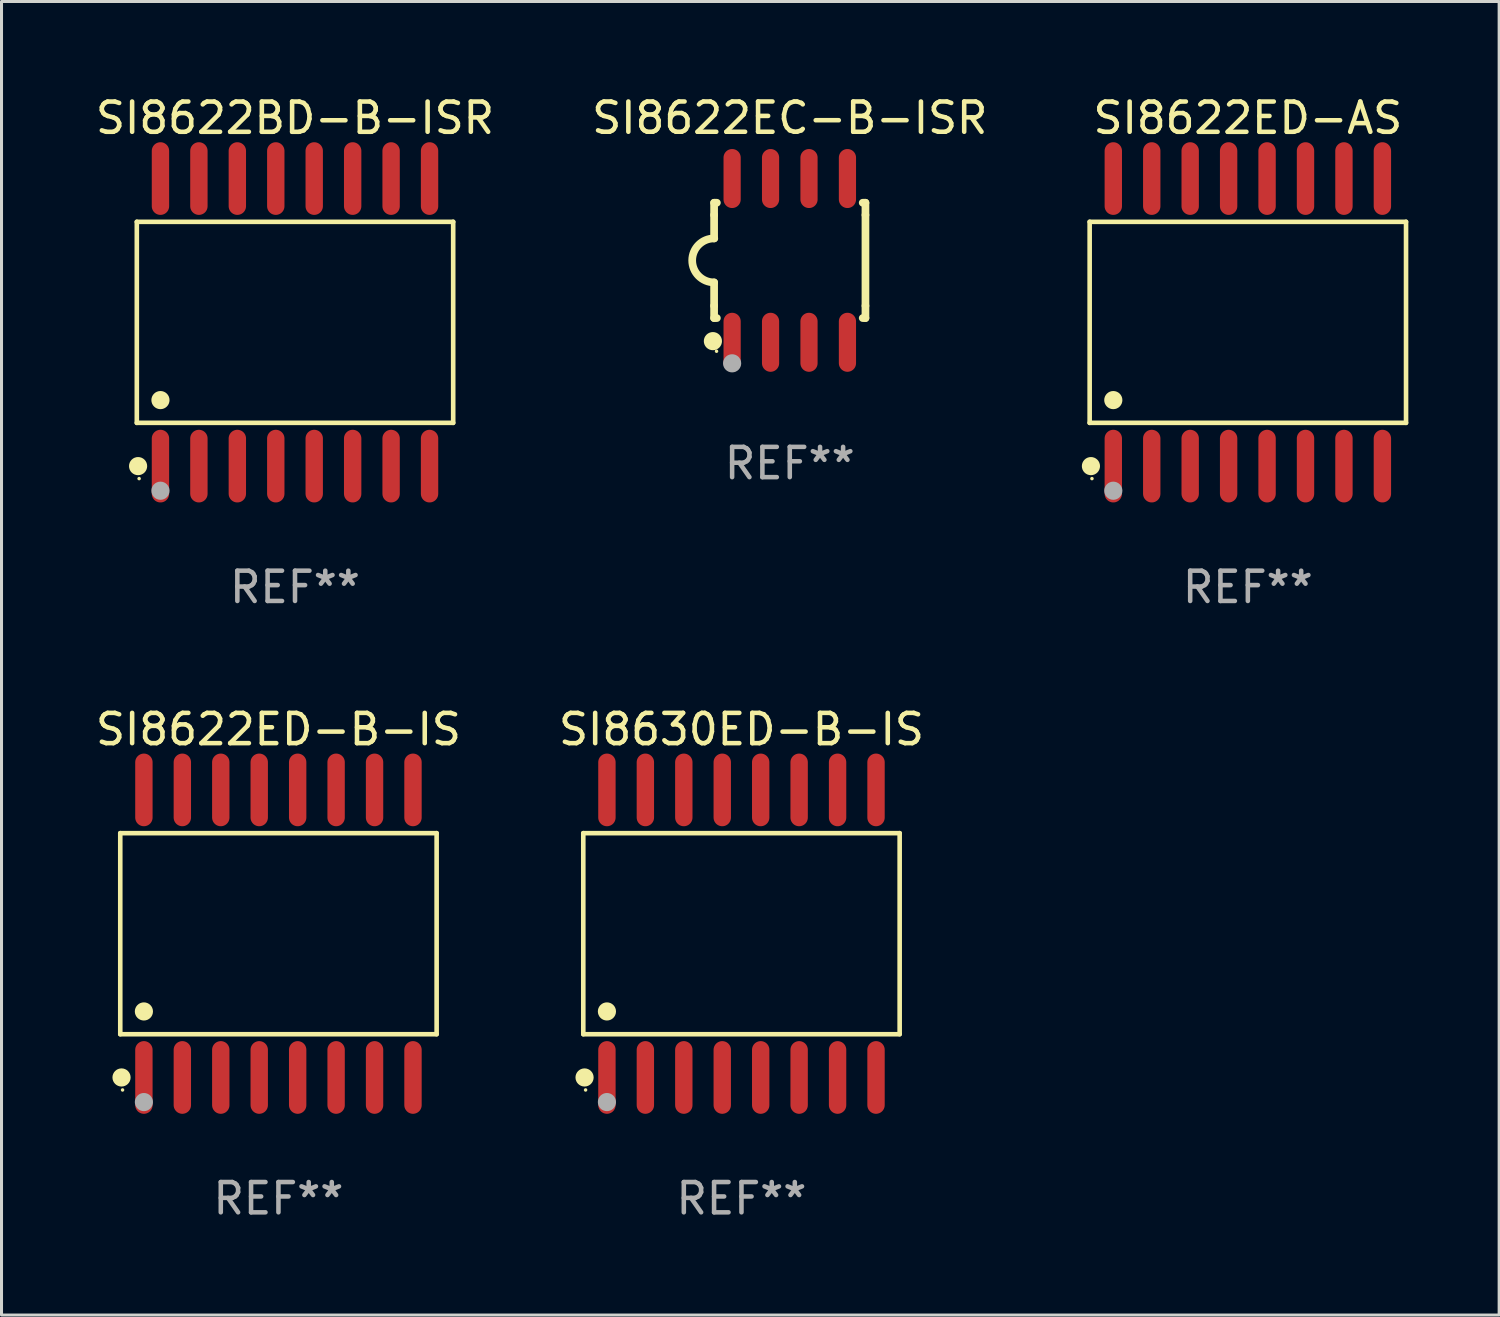
<source format=kicad_pcb>
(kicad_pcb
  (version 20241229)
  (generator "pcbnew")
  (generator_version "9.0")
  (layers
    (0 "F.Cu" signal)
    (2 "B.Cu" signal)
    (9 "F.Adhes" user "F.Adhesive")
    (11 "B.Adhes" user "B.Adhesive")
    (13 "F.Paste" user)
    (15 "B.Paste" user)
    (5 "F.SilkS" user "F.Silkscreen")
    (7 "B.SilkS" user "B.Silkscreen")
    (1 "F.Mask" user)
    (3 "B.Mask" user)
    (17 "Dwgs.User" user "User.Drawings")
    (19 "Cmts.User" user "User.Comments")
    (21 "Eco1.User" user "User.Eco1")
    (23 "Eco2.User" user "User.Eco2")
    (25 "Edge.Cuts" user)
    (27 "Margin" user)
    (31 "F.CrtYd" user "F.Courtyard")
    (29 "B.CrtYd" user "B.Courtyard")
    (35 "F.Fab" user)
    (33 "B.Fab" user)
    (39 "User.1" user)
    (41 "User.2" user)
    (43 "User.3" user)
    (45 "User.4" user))
  (footprint "SI8630ED-B-IS"
    (layer "F.Cu")
    (at 21.446 27.796)
    (property "Reference" "SI8630ED-B-IS" (at 0 -6.75 0) (layer "F.SilkS") (effects (font (size 1 1) (thickness 0.15))))
    (attr through_hole)
    (fp_line (start -5.226 -3.321) (end 5.226 -3.321) (stroke (width 0.152) (type solid)) (layer "F.SilkS"))
    (fp_line (start -5.226 3.321) (end -5.226 -3.321) (stroke (width 0.152) (type solid)) (layer "F.SilkS"))
    (fp_line (start 5.226 -3.321) (end 5.226 3.321) (stroke (width 0.152) (type solid)) (layer "F.SilkS"))
    (fp_line (start 5.226 3.321) (end -5.226 3.321) (stroke (width 0.152) (type solid)) (layer "F.SilkS"))
    (fp_circle (center -5.184 4.75) (end -5.034 4.75) (stroke (width 0.3) (type solid)) (fill no) (layer "F.SilkS"))
    (fp_circle (center -5.15 5.163) (end -5.12 5.163) (stroke (width 0.06) (type solid)) (fill no) (layer "F.SilkS"))
    (fp_circle (center -4.445 2.569) (end -4.295 2.569) (stroke (width 0.3) (type solid)) (fill no) (layer "F.SilkS"))
    (fp_circle (center -4.445 5.563) (end -4.295 5.563) (stroke (width 0.3) (type solid)) (fill no) (layer "F.Fab"))
    (fp_text user "REF**" (at 0 8.75 0) (layer "F.Fab") (effects (font (size 1 1) (thickness 0.15))))
    (pad "1" smd oval (at -4.445 4.75) (size 0.574 2.401) (layers "F.Cu" "F.Mask" "F.Paste"))
    (pad "2" smd oval (at -3.175 4.75) (size 0.574 2.401) (layers "F.Cu" "F.Mask" "F.Paste"))
    (pad "3" smd oval (at -1.905 4.75) (size 0.574 2.401) (layers "F.Cu" "F.Mask" "F.Paste"))
    (pad "4" smd oval (at -0.635 4.75) (size 0.574 2.401) (layers "F.Cu" "F.Mask" "F.Paste"))
    (pad "5" smd oval (at 0.635 4.75) (size 0.574 2.401) (layers "F.Cu" "F.Mask" "F.Paste"))
    (pad "6" smd oval (at 1.905 4.75) (size 0.574 2.401) (layers "F.Cu" "F.Mask" "F.Paste"))
    (pad "7" smd oval (at 3.175 4.75) (size 0.574 2.401) (layers "F.Cu" "F.Mask" "F.Paste"))
    (pad "8" smd oval (at 4.445 4.75) (size 0.574 2.401) (layers "F.Cu" "F.Mask" "F.Paste"))
    (pad "9" smd oval (at 4.445 -4.75) (size 0.574 2.401) (layers "F.Cu" "F.Mask" "F.Paste"))
    (pad "10" smd oval (at 3.175 -4.75) (size 0.574 2.401) (layers "F.Cu" "F.Mask" "F.Paste"))
    (pad "11" smd oval (at 1.905 -4.75) (size 0.574 2.401) (layers "F.Cu" "F.Mask" "F.Paste"))
    (pad "12" smd oval (at 0.635 -4.75) (size 0.574 2.401) (layers "F.Cu" "F.Mask" "F.Paste"))
    (pad "13" smd oval (at -0.635 -4.75) (size 0.574 2.401) (layers "F.Cu" "F.Mask" "F.Paste"))
    (pad "14" smd oval (at -1.905 -4.75) (size 0.574 2.401) (layers "F.Cu" "F.Mask" "F.Paste"))
    (pad "15" smd oval (at -3.175 -4.75) (size 0.574 2.401) (layers "F.Cu" "F.Mask" "F.Paste"))
    (pad "16" smd oval (at -4.445 -4.75) (size 0.574 2.401) (layers "F.Cu" "F.Mask" "F.Paste")))
  (footprint "SI8622BD-B-ISR"
    (layer "F.Cu")
    (at 6.696 7.599)
    (property "Reference" "SI8622BD-B-ISR" (at 0 -6.75 0) (layer "F.SilkS") (effects (font (size 1 1) (thickness 0.15))))
    (attr through_hole)
    (fp_line (start -5.226 -3.321) (end 5.226 -3.321) (stroke (width 0.152) (type solid)) (layer "F.SilkS"))
    (fp_line (start -5.226 3.321) (end -5.226 -3.321) (stroke (width 0.152) (type solid)) (layer "F.SilkS"))
    (fp_line (start 5.226 -3.321) (end 5.226 3.321) (stroke (width 0.152) (type solid)) (layer "F.SilkS"))
    (fp_line (start 5.226 3.321) (end -5.226 3.321) (stroke (width 0.152) (type solid)) (layer "F.SilkS"))
    (fp_circle (center -5.184 4.75) (end -5.034 4.75) (stroke (width 0.3) (type solid)) (fill no) (layer "F.SilkS"))
    (fp_circle (center -5.15 5.163) (end -5.12 5.163) (stroke (width 0.06) (type solid)) (fill no) (layer "F.SilkS"))
    (fp_circle (center -4.445 2.569) (end -4.295 2.569) (stroke (width 0.3) (type solid)) (fill no) (layer "F.SilkS"))
    (fp_circle (center -4.445 5.563) (end -4.295 5.563) (stroke (width 0.3) (type solid)) (fill no) (layer "F.Fab"))
    (fp_text user "REF**" (at 0 8.75 0) (layer "F.Fab") (effects (font (size 1 1) (thickness 0.15))))
    (pad "1" smd oval (at -4.445 4.75) (size 0.574 2.401) (layers "F.Cu" "F.Mask" "F.Paste"))
    (pad "2" smd oval (at -3.175 4.75) (size 0.574 2.401) (layers "F.Cu" "F.Mask" "F.Paste"))
    (pad "3" smd oval (at -1.905 4.75) (size 0.574 2.401) (layers "F.Cu" "F.Mask" "F.Paste"))
    (pad "4" smd oval (at -0.635 4.75) (size 0.574 2.401) (layers "F.Cu" "F.Mask" "F.Paste"))
    (pad "5" smd oval (at 0.635 4.75) (size 0.574 2.401) (layers "F.Cu" "F.Mask" "F.Paste"))
    (pad "6" smd oval (at 1.905 4.75) (size 0.574 2.401) (layers "F.Cu" "F.Mask" "F.Paste"))
    (pad "7" smd oval (at 3.175 4.75) (size 0.574 2.401) (layers "F.Cu" "F.Mask" "F.Paste"))
    (pad "8" smd oval (at 4.445 4.75) (size 0.574 2.401) (layers "F.Cu" "F.Mask" "F.Paste"))
    (pad "9" smd oval (at 4.445 -4.75) (size 0.574 2.401) (layers "F.Cu" "F.Mask" "F.Paste"))
    (pad "10" smd oval (at 3.175 -4.75) (size 0.574 2.401) (layers "F.Cu" "F.Mask" "F.Paste"))
    (pad "11" smd oval (at 1.905 -4.75) (size 0.574 2.401) (layers "F.Cu" "F.Mask" "F.Paste"))
    (pad "12" smd oval (at 0.635 -4.75) (size 0.574 2.401) (layers "F.Cu" "F.Mask" "F.Paste"))
    (pad "13" smd oval (at -0.635 -4.75) (size 0.574 2.401) (layers "F.Cu" "F.Mask" "F.Paste"))
    (pad "14" smd oval (at -1.905 -4.75) (size 0.574 2.401) (layers "F.Cu" "F.Mask" "F.Paste"))
    (pad "15" smd oval (at -3.175 -4.75) (size 0.574 2.401) (layers "F.Cu" "F.Mask" "F.Paste"))
    (pad "16" smd oval (at -4.445 -4.75) (size 0.574 2.401) (layers "F.Cu" "F.Mask" "F.Paste")))
  (footprint "SI8622ED-AS"
    (layer "F.Cu")
    (at 38.175 7.599)
    (property "Reference" "SI8622ED-AS" (at 0 -6.75 0) (layer "F.SilkS") (effects (font (size 1 1) (thickness 0.15))))
    (attr through_hole)
    (fp_line (start -5.226 -3.321) (end 5.226 -3.321) (stroke (width 0.152) (type solid)) (layer "F.SilkS"))
    (fp_line (start -5.226 3.321) (end -5.226 -3.321) (stroke (width 0.152) (type solid)) (layer "F.SilkS"))
    (fp_line (start 5.226 -3.321) (end 5.226 3.321) (stroke (width 0.152) (type solid)) (layer "F.SilkS"))
    (fp_line (start 5.226 3.321) (end -5.226 3.321) (stroke (width 0.152) (type solid)) (layer "F.SilkS"))
    (fp_circle (center -5.184 4.75) (end -5.034 4.75) (stroke (width 0.3) (type solid)) (fill no) (layer "F.SilkS"))
    (fp_circle (center -5.15 5.163) (end -5.12 5.163) (stroke (width 0.06) (type solid)) (fill no) (layer "F.SilkS"))
    (fp_circle (center -4.445 2.569) (end -4.295 2.569) (stroke (width 0.3) (type solid)) (fill no) (layer "F.SilkS"))
    (fp_circle (center -4.445 5.563) (end -4.295 5.563) (stroke (width 0.3) (type solid)) (fill no) (layer "F.Fab"))
    (fp_text user "REF**" (at 0 8.75 0) (layer "F.Fab") (effects (font (size 1 1) (thickness 0.15))))
    (pad "1" smd oval (at -4.445 4.75) (size 0.574 2.401) (layers "F.Cu" "F.Mask" "F.Paste"))
    (pad "2" smd oval (at -3.175 4.75) (size 0.574 2.401) (layers "F.Cu" "F.Mask" "F.Paste"))
    (pad "3" smd oval (at -1.905 4.75) (size 0.574 2.401) (layers "F.Cu" "F.Mask" "F.Paste"))
    (pad "4" smd oval (at -0.635 4.75) (size 0.574 2.401) (layers "F.Cu" "F.Mask" "F.Paste"))
    (pad "5" smd oval (at 0.635 4.75) (size 0.574 2.401) (layers "F.Cu" "F.Mask" "F.Paste"))
    (pad "6" smd oval (at 1.905 4.75) (size 0.574 2.401) (layers "F.Cu" "F.Mask" "F.Paste"))
    (pad "7" smd oval (at 3.175 4.75) (size 0.574 2.401) (layers "F.Cu" "F.Mask" "F.Paste"))
    (pad "8" smd oval (at 4.445 4.75) (size 0.574 2.401) (layers "F.Cu" "F.Mask" "F.Paste"))
    (pad "9" smd oval (at 4.445 -4.75) (size 0.574 2.401) (layers "F.Cu" "F.Mask" "F.Paste"))
    (pad "10" smd oval (at 3.175 -4.75) (size 0.574 2.401) (layers "F.Cu" "F.Mask" "F.Paste"))
    (pad "11" smd oval (at 1.905 -4.75) (size 0.574 2.401) (layers "F.Cu" "F.Mask" "F.Paste"))
    (pad "12" smd oval (at 0.635 -4.75) (size 0.574 2.401) (layers "F.Cu" "F.Mask" "F.Paste"))
    (pad "13" smd oval (at -0.635 -4.75) (size 0.574 2.401) (layers "F.Cu" "F.Mask" "F.Paste"))
    (pad "14" smd oval (at -1.905 -4.75) (size 0.574 2.401) (layers "F.Cu" "F.Mask" "F.Paste"))
    (pad "15" smd oval (at -3.175 -4.75) (size 0.574 2.401) (layers "F.Cu" "F.Mask" "F.Paste"))
    (pad "16" smd oval (at -4.445 -4.75) (size 0.574 2.401) (layers "F.Cu" "F.Mask" "F.Paste")))
  (footprint "SI8622EC-B-ISR"
    (layer "F.Cu")
    (at 23.042 5.553)
    (property "Reference" "SI8622EC-B-ISR" (at 0 -4.705 0) (layer "F.SilkS") (effects (font (size 1 1) (thickness 0.15))))
    (attr through_hole)
    (fp_line (start -2.5 -1.905) (end -2.409 -1.905) (stroke (width 0.254) (type solid)) (layer "F.SilkS"))
    (fp_line (start -2.5 -1.5) (end -2.5 -1.905) (stroke (width 0.254) (type solid)) (layer "F.SilkS"))
    (fp_line (start -2.5 -1.5) (end -2.5 -0.726) (stroke (width 0.254) (type solid)) (layer "F.SilkS"))
    (fp_line (start -2.5 1.5) (end -2.5 0.727) (stroke (width 0.254) (type solid)) (layer "F.SilkS"))
    (fp_line (start -2.5 1.5) (end -2.5 1.905) (stroke (width 0.254) (type solid)) (layer "F.SilkS"))
    (fp_line (start -2.5 1.905) (end -2.409 1.905) (stroke (width 0.254) (type solid)) (layer "F.SilkS"))
    (fp_line (start 2.5 -1.905) (end 2.409 -1.905) (stroke (width 0.254) (type solid)) (layer "F.SilkS"))
    (fp_line (start 2.5 -1.5) (end 2.5 -1.905) (stroke (width 0.254) (type solid)) (layer "F.SilkS"))
    (fp_line (start 2.5 -1.5) (end 2.5 1.5) (stroke (width 0.254) (type solid)) (layer "F.SilkS"))
    (fp_line (start 2.5 1.5) (end 2.5 1.905) (stroke (width 0.254) (type solid)) (layer "F.SilkS"))
    (fp_line (start 2.5 1.905) (end 2.409 1.905) (stroke (width 0.254) (type solid)) (layer "F.SilkS"))
    (fp_arc (start -2.5 0.726568) (mid -3.220316 -0.0023) (end -2.495097 -0.726289) (stroke (width 0.254001) (type solid)) (layer "F.SilkS"))
    (fp_circle (center -2.54 2.667) (end -2.39 2.667) (stroke (width 0.3) (type solid)) (fill no) (layer "F.SilkS"))
    (fp_circle (center -2.42 3) (end -2.39 3) (stroke (width 0.06) (type solid)) (fill no) (layer "F.SilkS"))
    (fp_circle (center -1.905 3.4) (end -1.755 3.4) (stroke (width 0.3) (type solid)) (fill no) (layer "F.Fab"))
    (fp_text user "REF**" (at 0 6.705 0) (layer "F.Fab") (effects (font (size 1 1) (thickness 0.15))))
    (pad "1" smd oval (at -1.905 2.705) (size 0.568 1.95) (layers "F.Cu" "F.Mask" "F.Paste"))
    (pad "2" smd oval (at -0.635 2.705) (size 0.568 1.95) (layers "F.Cu" "F.Mask" "F.Paste"))
    (pad "3" smd oval (at 0.635 2.705) (size 0.568 1.95) (layers "F.Cu" "F.Mask" "F.Paste"))
    (pad "4" smd oval (at 1.905 2.705) (size 0.568 1.95) (layers "F.Cu" "F.Mask" "F.Paste"))
    (pad "5" smd oval (at 1.905 -2.705) (size 0.568 1.95) (layers "F.Cu" "F.Mask" "F.Paste"))
    (pad "6" smd oval (at 0.635 -2.705) (size 0.568 1.95) (layers "F.Cu" "F.Mask" "F.Paste"))
    (pad "7" smd oval (at -0.635 -2.705) (size 0.568 1.95) (layers "F.Cu" "F.Mask" "F.Paste"))
    (pad "8" smd oval (at -1.905 -2.705) (size 0.568 1.95) (layers "F.Cu" "F.Mask" "F.Paste")))
  (footprint "SI8622ED-B-IS"
    (layer "F.Cu")
    (at 6.149 27.796)
    (property "Reference" "SI8622ED-B-IS" (at 0 -6.75 0) (layer "F.SilkS") (effects (font (size 1 1) (thickness 0.15))))
    (attr through_hole)
    (fp_line (start -5.226 -3.321) (end 5.226 -3.321) (stroke (width 0.152) (type solid)) (layer "F.SilkS"))
    (fp_line (start -5.226 3.321) (end -5.226 -3.321) (stroke (width 0.152) (type solid)) (layer "F.SilkS"))
    (fp_line (start 5.226 -3.321) (end 5.226 3.321) (stroke (width 0.152) (type solid)) (layer "F.SilkS"))
    (fp_line (start 5.226 3.321) (end -5.226 3.321) (stroke (width 0.152) (type solid)) (layer "F.SilkS"))
    (fp_circle (center -5.184 4.75) (end -5.034 4.75) (stroke (width 0.3) (type solid)) (fill no) (layer "F.SilkS"))
    (fp_circle (center -5.15 5.163) (end -5.12 5.163) (stroke (width 0.06) (type solid)) (fill no) (layer "F.SilkS"))
    (fp_circle (center -4.445 2.569) (end -4.295 2.569) (stroke (width 0.3) (type solid)) (fill no) (layer "F.SilkS"))
    (fp_circle (center -4.445 5.563) (end -4.295 5.563) (stroke (width 0.3) (type solid)) (fill no) (layer "F.Fab"))
    (fp_text user "REF**" (at 0 8.75 0) (layer "F.Fab") (effects (font (size 1 1) (thickness 0.15))))
    (pad "1" smd oval (at -4.445 4.75) (size 0.574 2.401) (layers "F.Cu" "F.Mask" "F.Paste"))
    (pad "2" smd oval (at -3.175 4.75) (size 0.574 2.401) (layers "F.Cu" "F.Mask" "F.Paste"))
    (pad "3" smd oval (at -1.905 4.75) (size 0.574 2.401) (layers "F.Cu" "F.Mask" "F.Paste"))
    (pad "4" smd oval (at -0.635 4.75) (size 0.574 2.401) (layers "F.Cu" "F.Mask" "F.Paste"))
    (pad "5" smd oval (at 0.635 4.75) (size 0.574 2.401) (layers "F.Cu" "F.Mask" "F.Paste"))
    (pad "6" smd oval (at 1.905 4.75) (size 0.574 2.401) (layers "F.Cu" "F.Mask" "F.Paste"))
    (pad "7" smd oval (at 3.175 4.75) (size 0.574 2.401) (layers "F.Cu" "F.Mask" "F.Paste"))
    (pad "8" smd oval (at 4.445 4.75) (size 0.574 2.401) (layers "F.Cu" "F.Mask" "F.Paste"))
    (pad "9" smd oval (at 4.445 -4.75) (size 0.574 2.401) (layers "F.Cu" "F.Mask" "F.Paste"))
    (pad "10" smd oval (at 3.175 -4.75) (size 0.574 2.401) (layers "F.Cu" "F.Mask" "F.Paste"))
    (pad "11" smd oval (at 1.905 -4.75) (size 0.574 2.401) (layers "F.Cu" "F.Mask" "F.Paste"))
    (pad "12" smd oval (at 0.635 -4.75) (size 0.574 2.401) (layers "F.Cu" "F.Mask" "F.Paste"))
    (pad "13" smd oval (at -0.635 -4.75) (size 0.574 2.401) (layers "F.Cu" "F.Mask" "F.Paste"))
    (pad "14" smd oval (at -1.905 -4.75) (size 0.574 2.401) (layers "F.Cu" "F.Mask" "F.Paste"))
    (pad "15" smd oval (at -3.175 -4.75) (size 0.574 2.401) (layers "F.Cu" "F.Mask" "F.Paste"))
    (pad "16" smd oval (at -4.445 -4.75) (size 0.574 2.401) (layers "F.Cu" "F.Mask" "F.Paste")))
  (gr_rect
    (start -3 -3)
    (end 46.477 40.394)
    (stroke (width 0.1) (type default))
    (fill no)
    (layer "Edge.Cuts")))
</source>
